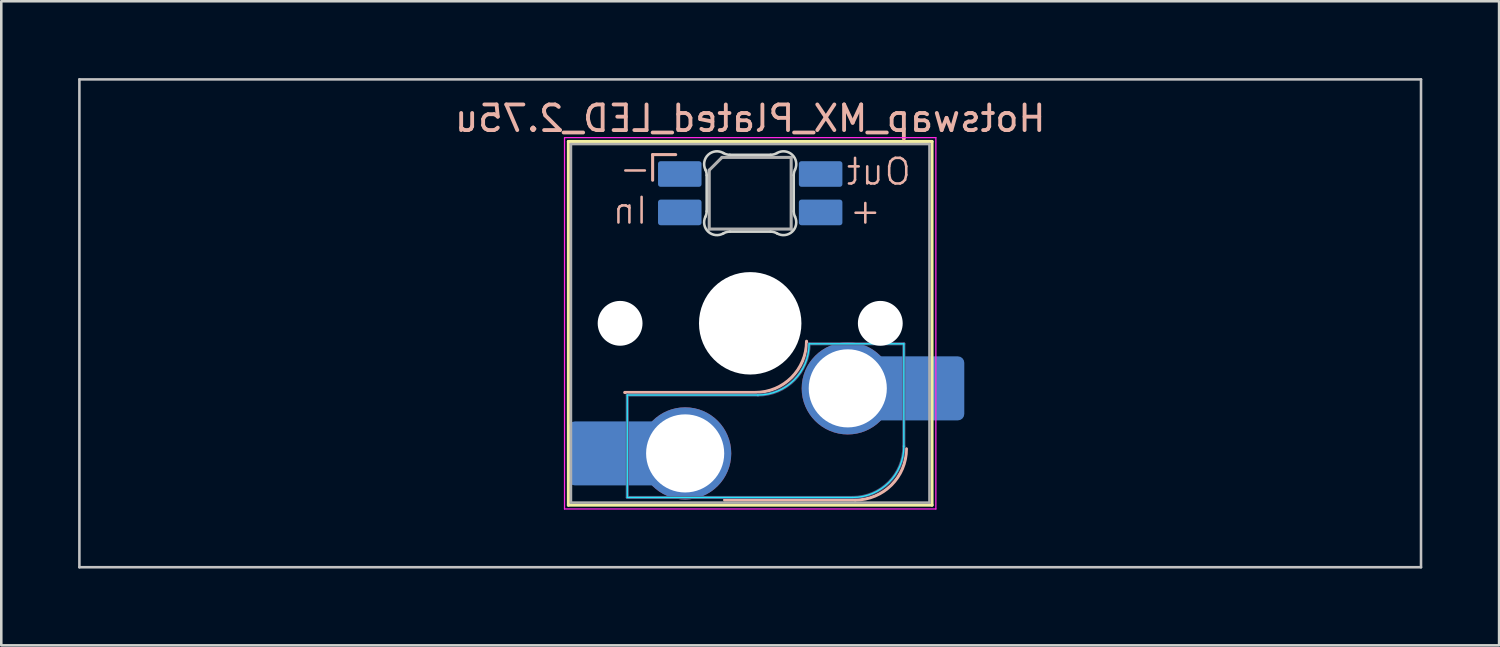
<source format=kicad_pcb>
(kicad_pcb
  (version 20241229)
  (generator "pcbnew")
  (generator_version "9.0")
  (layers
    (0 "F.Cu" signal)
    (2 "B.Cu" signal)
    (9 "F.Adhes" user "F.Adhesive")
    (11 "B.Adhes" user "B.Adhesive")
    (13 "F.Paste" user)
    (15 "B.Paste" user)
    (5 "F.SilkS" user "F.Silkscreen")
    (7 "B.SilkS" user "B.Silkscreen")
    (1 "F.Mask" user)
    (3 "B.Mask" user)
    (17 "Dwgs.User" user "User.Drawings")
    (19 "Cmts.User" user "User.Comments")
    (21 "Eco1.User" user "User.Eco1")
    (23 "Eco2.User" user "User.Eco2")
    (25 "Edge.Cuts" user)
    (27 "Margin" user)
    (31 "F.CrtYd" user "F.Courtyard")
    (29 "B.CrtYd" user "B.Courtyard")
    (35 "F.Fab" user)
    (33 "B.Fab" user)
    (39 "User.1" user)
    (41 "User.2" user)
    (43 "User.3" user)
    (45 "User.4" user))
  (footprint "Hotswap_MX_Plated_LED_2.75u"
    (layer "F.Cu")
    (at 26.244 9.575)
    (property "Reference" "Hotswap_MX_Plated_LED_2.75u" (at 0 -8.001 0) (layer "B.SilkS") (effects (font (size 1 1) (thickness 0.15)) (justify mirror)))
    (fp_line (start -7.1 -7.1) (end -7.1 7.1) (stroke (width 0.12) (type solid)) (layer "F.SilkS"))
    (fp_line (start -7.1 7.1) (end 7.1 7.1) (stroke (width 0.12) (type solid)) (layer "F.SilkS"))
    (fp_line (start 7.1 -7.1) (end -7.1 -7.1) (stroke (width 0.12) (type solid)) (layer "F.SilkS"))
    (fp_line (start 7.1 7.1) (end 7.1 -7.1) (stroke (width 0.12) (type solid)) (layer "F.SilkS"))
    (fp_line (start -3.81 -6.588) (end -2.91 -6.588) (stroke (width 0.12) (type solid)) (layer "B.SilkS"))
    (fp_line (start -3.81 -5.588) (end -3.81 -6.588) (stroke (width 0.12) (type solid)) (layer "B.SilkS"))
    (fp_line (start 0.2 2.7) (end -4.9 2.7) (stroke (width 0.12) (type solid)) (layer "B.SilkS"))
    (fp_line (start 4.1 6.9) (end -1 6.9) (stroke (width 0.12) (type solid)) (layer "B.SilkS"))
    (fp_arc (start 2.2 0.7) (mid 1.614214 2.114214) (end 0.2 2.7) (stroke (width 0.12) (type solid)) (layer "B.SilkS"))
    (fp_arc (start 6.1 4.9) (mid 5.514214 6.314214) (end 4.1 6.9) (stroke (width 0.12) (type solid)) (layer "B.SilkS"))
    (fp_line (start -26.194 -9.525) (end -26.194 9.525) (stroke (width 0.1) (type solid)) (layer "Dwgs.User"))
    (fp_line (start -26.194 9.525) (end 26.194 9.525) (stroke (width 0.1) (type solid)) (layer "Dwgs.User"))
    (fp_line (start 26.194 -9.525) (end -26.194 -9.525) (stroke (width 0.1) (type solid)) (layer "Dwgs.User"))
    (fp_line (start 26.194 9.525) (end 26.194 -9.525) (stroke (width 0.1) (type solid)) (layer "Dwgs.User"))
    (fp_line (start -0.25 -0.25) (end 0 0) (stroke (width 0.12) (type solid)) (layer "Cmts.User"))
    (fp_line (start 0 0) (end -0.25 0.25) (stroke (width 0.12) (type solid)) (layer "Cmts.User"))
    (fp_line (start 0 0) (end 0.25 0.25) (stroke (width 0.12) (type solid)) (layer "Cmts.User"))
    (fp_line (start 0.25 -0.25) (end 0 0) (stroke (width 0.12) (type solid)) (layer "Cmts.User"))
    (fp_line (start -7.8 -6) (end -7 -6) (stroke (width 0.1) (type solid)) (layer "Eco1.User"))
    (fp_line (start -7.8 -2.9) (end -7.8 -6) (stroke (width 0.1) (type solid)) (layer "Eco1.User"))
    (fp_line (start -7.8 2.9) (end -7 2.9) (stroke (width 0.1) (type solid)) (layer "Eco1.User"))
    (fp_line (start -7.8 6) (end -7.8 2.9) (stroke (width 0.1) (type solid)) (layer "Eco1.User"))
    (fp_line (start -7 -7) (end 7 -7) (stroke (width 0.1) (type solid)) (layer "Eco1.User"))
    (fp_line (start -7 -6) (end -7 -7) (stroke (width 0.1) (type solid)) (layer "Eco1.User"))
    (fp_line (start -7 -2.9) (end -7.8 -2.9) (stroke (width 0.1) (type solid)) (layer "Eco1.User"))
    (fp_line (start -7 2.9) (end -7 -2.9) (stroke (width 0.1) (type solid)) (layer "Eco1.User"))
    (fp_line (start -7 6) (end -7.8 6) (stroke (width 0.1) (type solid)) (layer "Eco1.User"))
    (fp_line (start -7 7) (end -7 6) (stroke (width 0.1) (type solid)) (layer "Eco1.User"))
    (fp_line (start 7 -7) (end 7 -6) (stroke (width 0.1) (type solid)) (layer "Eco1.User"))
    (fp_line (start 7 -6) (end 7.8 -6) (stroke (width 0.1) (type solid)) (layer "Eco1.User"))
    (fp_line (start 7 -2.9) (end 7 2.9) (stroke (width 0.1) (type solid)) (layer "Eco1.User"))
    (fp_line (start 7 2.9) (end 7.8 2.9) (stroke (width 0.1) (type solid)) (layer "Eco1.User"))
    (fp_line (start 7 6) (end 7 7) (stroke (width 0.1) (type solid)) (layer "Eco1.User"))
    (fp_line (start 7 7) (end -7 7) (stroke (width 0.1) (type solid)) (layer "Eco1.User"))
    (fp_line (start 7.8 -6) (end 7.8 -2.9) (stroke (width 0.1) (type solid)) (layer "Eco1.User"))
    (fp_line (start 7.8 -2.9) (end 7 -2.9) (stroke (width 0.1) (type solid)) (layer "Eco1.User"))
    (fp_line (start 7.8 2.9) (end 7.8 6) (stroke (width 0.1) (type solid)) (layer "Eco1.User"))
    (fp_line (start 7.8 6) (end 7 6) (stroke (width 0.1) (type solid)) (layer "Eco1.User"))
    (fp_line (start -1.7 -5.783) (end -1.7 -4.377) (stroke (width 0.1) (type solid)) (layer "Edge.Cuts"))
    (fp_line (start -0.794 -3.58) (end 0.794 -3.58) (stroke (width 0.1) (type solid)) (layer "Edge.Cuts"))
    (fp_line (start 0.794 -6.58) (end -0.794 -6.58) (stroke (width 0.1) (type solid)) (layer "Edge.Cuts"))
    (fp_line (start 1.7 -4.377) (end 1.7 -5.783) (stroke (width 0.1) (type solid)) (layer "Edge.Cuts"))
    (fp_arc (start -1.749484 -5.999721) (mid -1.712518 -5.894071) (end -1.699999 -5.782844) (stroke (width 0.1) (type solid)) (layer "Edge.Cuts"))
    (fp_arc (start -1.749484 -5.999721) (mid -1.638071 -6.584035) (end -1.046711 -6.648299) (stroke (width 0.1) (type solid)) (layer "Edge.Cuts"))
    (fp_arc (start -1.699999 -4.377159) (mid -1.712528 -4.265933) (end -1.749484 -4.160281) (stroke (width 0.1) (type solid)) (layer "Edge.Cuts"))
    (fp_arc (start -1.046711 -3.511702) (mid -1.638072 -3.575966) (end -1.749484 -4.160282) (stroke (width 0.1) (type solid)) (layer "Edge.Cuts"))
    (fp_arc (start -1.046711 -3.511702) (mid -0.925123 -3.562624) (end -0.794452 -3.580001) (stroke (width 0.1) (type solid)) (layer "Edge.Cuts"))
    (fp_arc (start -0.794453 -6.58) (mid -0.925123 -6.597377) (end -1.046711 -6.648299) (stroke (width 0.1) (type solid)) (layer "Edge.Cuts"))
    (fp_arc (start 0.794452 -3.580001) (mid 0.925122 -3.562624) (end 1.04671 -3.511702) (stroke (width 0.1) (type solid)) (layer "Edge.Cuts"))
    (fp_arc (start 1.046711 -6.6483) (mid 0.925123 -6.597378) (end 0.794453 -6.580001) (stroke (width 0.1) (type solid)) (layer "Edge.Cuts"))
    (fp_arc (start 1.046711 -6.6483) (mid 1.638072 -6.584036) (end 1.749484 -5.999721) (stroke (width 0.1) (type solid)) (layer "Edge.Cuts"))
    (fp_arc (start 1.699999 -5.782843) (mid 1.712528 -5.894069) (end 1.749484 -5.999721) (stroke (width 0.1) (type solid)) (layer "Edge.Cuts"))
    (fp_arc (start 1.749484 -4.160281) (mid 1.63807 -3.575967) (end 1.046711 -3.511704) (stroke (width 0.1) (type solid)) (layer "Edge.Cuts"))
    (fp_arc (start 1.749484 -4.160281) (mid 1.712519 -4.265931) (end 1.699999 -4.377158) (stroke (width 0.1) (type solid)) (layer "Edge.Cuts"))
    (fp_line (start -4.8 6.8) (end -4.8 2.8) (stroke (width 0.05) (type solid)) (layer "B.CrtYd"))
    (fp_line (start 0.3 2.8) (end -4.8 2.8) (stroke (width 0.05) (type solid)) (layer "B.CrtYd"))
    (fp_line (start 4 6.8) (end -4.8 6.8) (stroke (width 0.05) (type solid)) (layer "B.CrtYd"))
    (fp_line (start 6 0.8) (end 2.3 0.8) (stroke (width 0.05) (type solid)) (layer "B.CrtYd"))
    (fp_line (start 6 0.8) (end 6 4.8) (stroke (width 0.05) (type solid)) (layer "B.CrtYd"))
    (fp_arc (start 2.3 0.8) (mid 1.714214 2.214214) (end 0.3 2.8) (stroke (width 0.05) (type solid)) (layer "B.CrtYd"))
    (fp_arc (start 6 4.8) (mid 5.414214 6.214214) (end 4 6.8) (stroke (width 0.05) (type solid)) (layer "B.CrtYd"))
    (fp_line (start -7.25 -7.25) (end -7.25 7.25) (stroke (width 0.05) (type solid)) (layer "F.CrtYd"))
    (fp_line (start -7.25 7.25) (end 7.25 7.25) (stroke (width 0.05) (type solid)) (layer "F.CrtYd"))
    (fp_line (start 7.25 -7.25) (end -7.25 -7.25) (stroke (width 0.05) (type solid)) (layer "F.CrtYd"))
    (fp_line (start 7.25 7.25) (end 7.25 -7.25) (stroke (width 0.05) (type solid)) (layer "F.CrtYd"))
    (fp_line (start -4.8 6.8) (end -4.8 2.8) (stroke (width 0.12) (type solid)) (layer "B.Fab"))
    (fp_line (start 0.3 2.8) (end -4.8 2.8) (stroke (width 0.12) (type solid)) (layer "B.Fab"))
    (fp_line (start 4 6.8) (end -4.8 6.8) (stroke (width 0.12) (type solid)) (layer "B.Fab"))
    (fp_line (start 6 0.8) (end 2.3 0.8) (stroke (width 0.12) (type solid)) (layer "B.Fab"))
    (fp_line (start 6 0.8) (end 6 4.8) (stroke (width 0.12) (type solid)) (layer "B.Fab"))
    (fp_arc (start 2.3 0.8) (mid 1.714214 2.214214) (end 0.3 2.8) (stroke (width 0.12) (type solid)) (layer "B.Fab"))
    (fp_arc (start 6 4.8) (mid 5.414214 6.214214) (end 4 6.8) (stroke (width 0.12) (type solid)) (layer "B.Fab"))
    (fp_line (start -7 -7) (end -7 7) (stroke (width 0.1) (type solid)) (layer "F.Fab"))
    (fp_line (start -7 7) (end 7 7) (stroke (width 0.1) (type solid)) (layer "F.Fab"))
    (fp_line (start -1.6 -5.98) (end -1.6 -3.68) (stroke (width 0.12) (type solid)) (layer "F.Fab"))
    (fp_line (start -1.6 -5.98) (end -1.1 -6.48) (stroke (width 0.12) (type solid)) (layer "F.Fab"))
    (fp_line (start -1.6 -3.68) (end 1.6 -3.68) (stroke (width 0.12) (type solid)) (layer "F.Fab"))
    (fp_line (start 1.6 -6.48) (end -1.1 -6.48) (stroke (width 0.12) (type solid)) (layer "F.Fab"))
    (fp_line (start 1.6 -6.48) (end 1.6 -3.68) (stroke (width 0.12) (type solid)) (layer "F.Fab"))
    (fp_line (start 7 -7) (end -7 -7) (stroke (width 0.1) (type solid)) (layer "F.Fab"))
    (fp_line (start 7 7) (end 7 -7) (stroke (width 0.1) (type solid)) (layer "F.Fab"))
    (fp_text user "-" (at -3.81 -6.477 180) (unlocked yes) (layer "B.SilkS") (effects (font (size 1 1) (thickness 0.1)) (justify left bottom)))
    (fp_text user "In" (at -3.937 -3.81 0) (unlocked yes) (layer "B.SilkS") (effects (font (size 1 1) (thickness 0.1)) (justify left bottom mirror)))
    (fp_text user "+" (at 3.81 -4.826 180) (unlocked yes) (layer "B.SilkS") (effects (font (size 1 1) (thickness 0.1)) (justify left bottom mirror)))
    (fp_text user "Out" (at 6.35 -5.334 0) (unlocked yes) (layer "B.SilkS") (effects (font (size 1 1) (thickness 0.1)) (justify left bottom mirror)))
    (pad "" smd roundrect (at -5.842 5.08 180) (size 2.55 2.5) (layers "B.Mask" "B.Paste") (roundrect_rratio 0.1))
    (pad "" np_thru_hole circle (at -5.08 0 180) (size 1.75 1.75) (drill 1.75) (layers "*.Cu" "*.Mask"))
    (pad "" np_thru_hole circle (at 0 0 180) (size 4 4) (drill 4) (layers "*.Cu" "*.Mask"))
    (pad "" np_thru_hole circle (at 5.08 0 180) (size 1.75 1.75) (drill 1.75) (layers "*.Cu" "*.Mask"))
    (pad "" smd roundrect (at 7.085 2.54 180) (size 2.55 2.5) (layers "B.Mask" "B.Paste") (roundrect_rratio 0.1))
    (pad "1" thru_hole circle (at 3.81 2.54 180) (size 3.6 3.6) (drill 3.05) (layers "*.Cu" "*.Mask"))
    (pad "1" smd roundrect (at 6.585 2.54 180) (size 3.55 2.5) (layers "B.Cu") (roundrect_rratio 0.1))
    (pad "2" smd roundrect (at -5.32 5.08 180) (size 3.55 2.5) (layers "B.Cu") (roundrect_rratio 0.1))
    (pad "2" thru_hole circle (at -2.54 5.08 270) (size 3.6 3.6) (drill 3.05) (layers "*.Cu" "*.Mask"))
    (pad "3" smd roundrect (at 2.75 -4.33 270) (size 1 1.7) (layers "B.Cu" "B.Mask" "B.Paste") (roundrect_rratio 0.1))
    (pad "4" smd roundrect (at 2.75 -5.83 270) (size 1 1.7) (layers "B.Cu" "B.Mask" "B.Paste") (roundrect_rratio 0.1))
    (pad "5" smd roundrect (at -2.75 -4.33 90) (size 1 1.7) (layers "B.Cu" "B.Mask" "B.Paste") (roundrect_rratio 0.1))
    (pad "6" smd roundrect (at -2.75 -5.83 90) (size 1 1.7) (layers "B.Cu" "B.Mask" "B.Paste") (roundrect_rratio 0.1)))
  (gr_rect
    (start -3 -3)
    (end 55.487 22.15)
    (stroke (width 0.1) (type default))
    (fill no)
    (layer "Edge.Cuts")))
</source>
